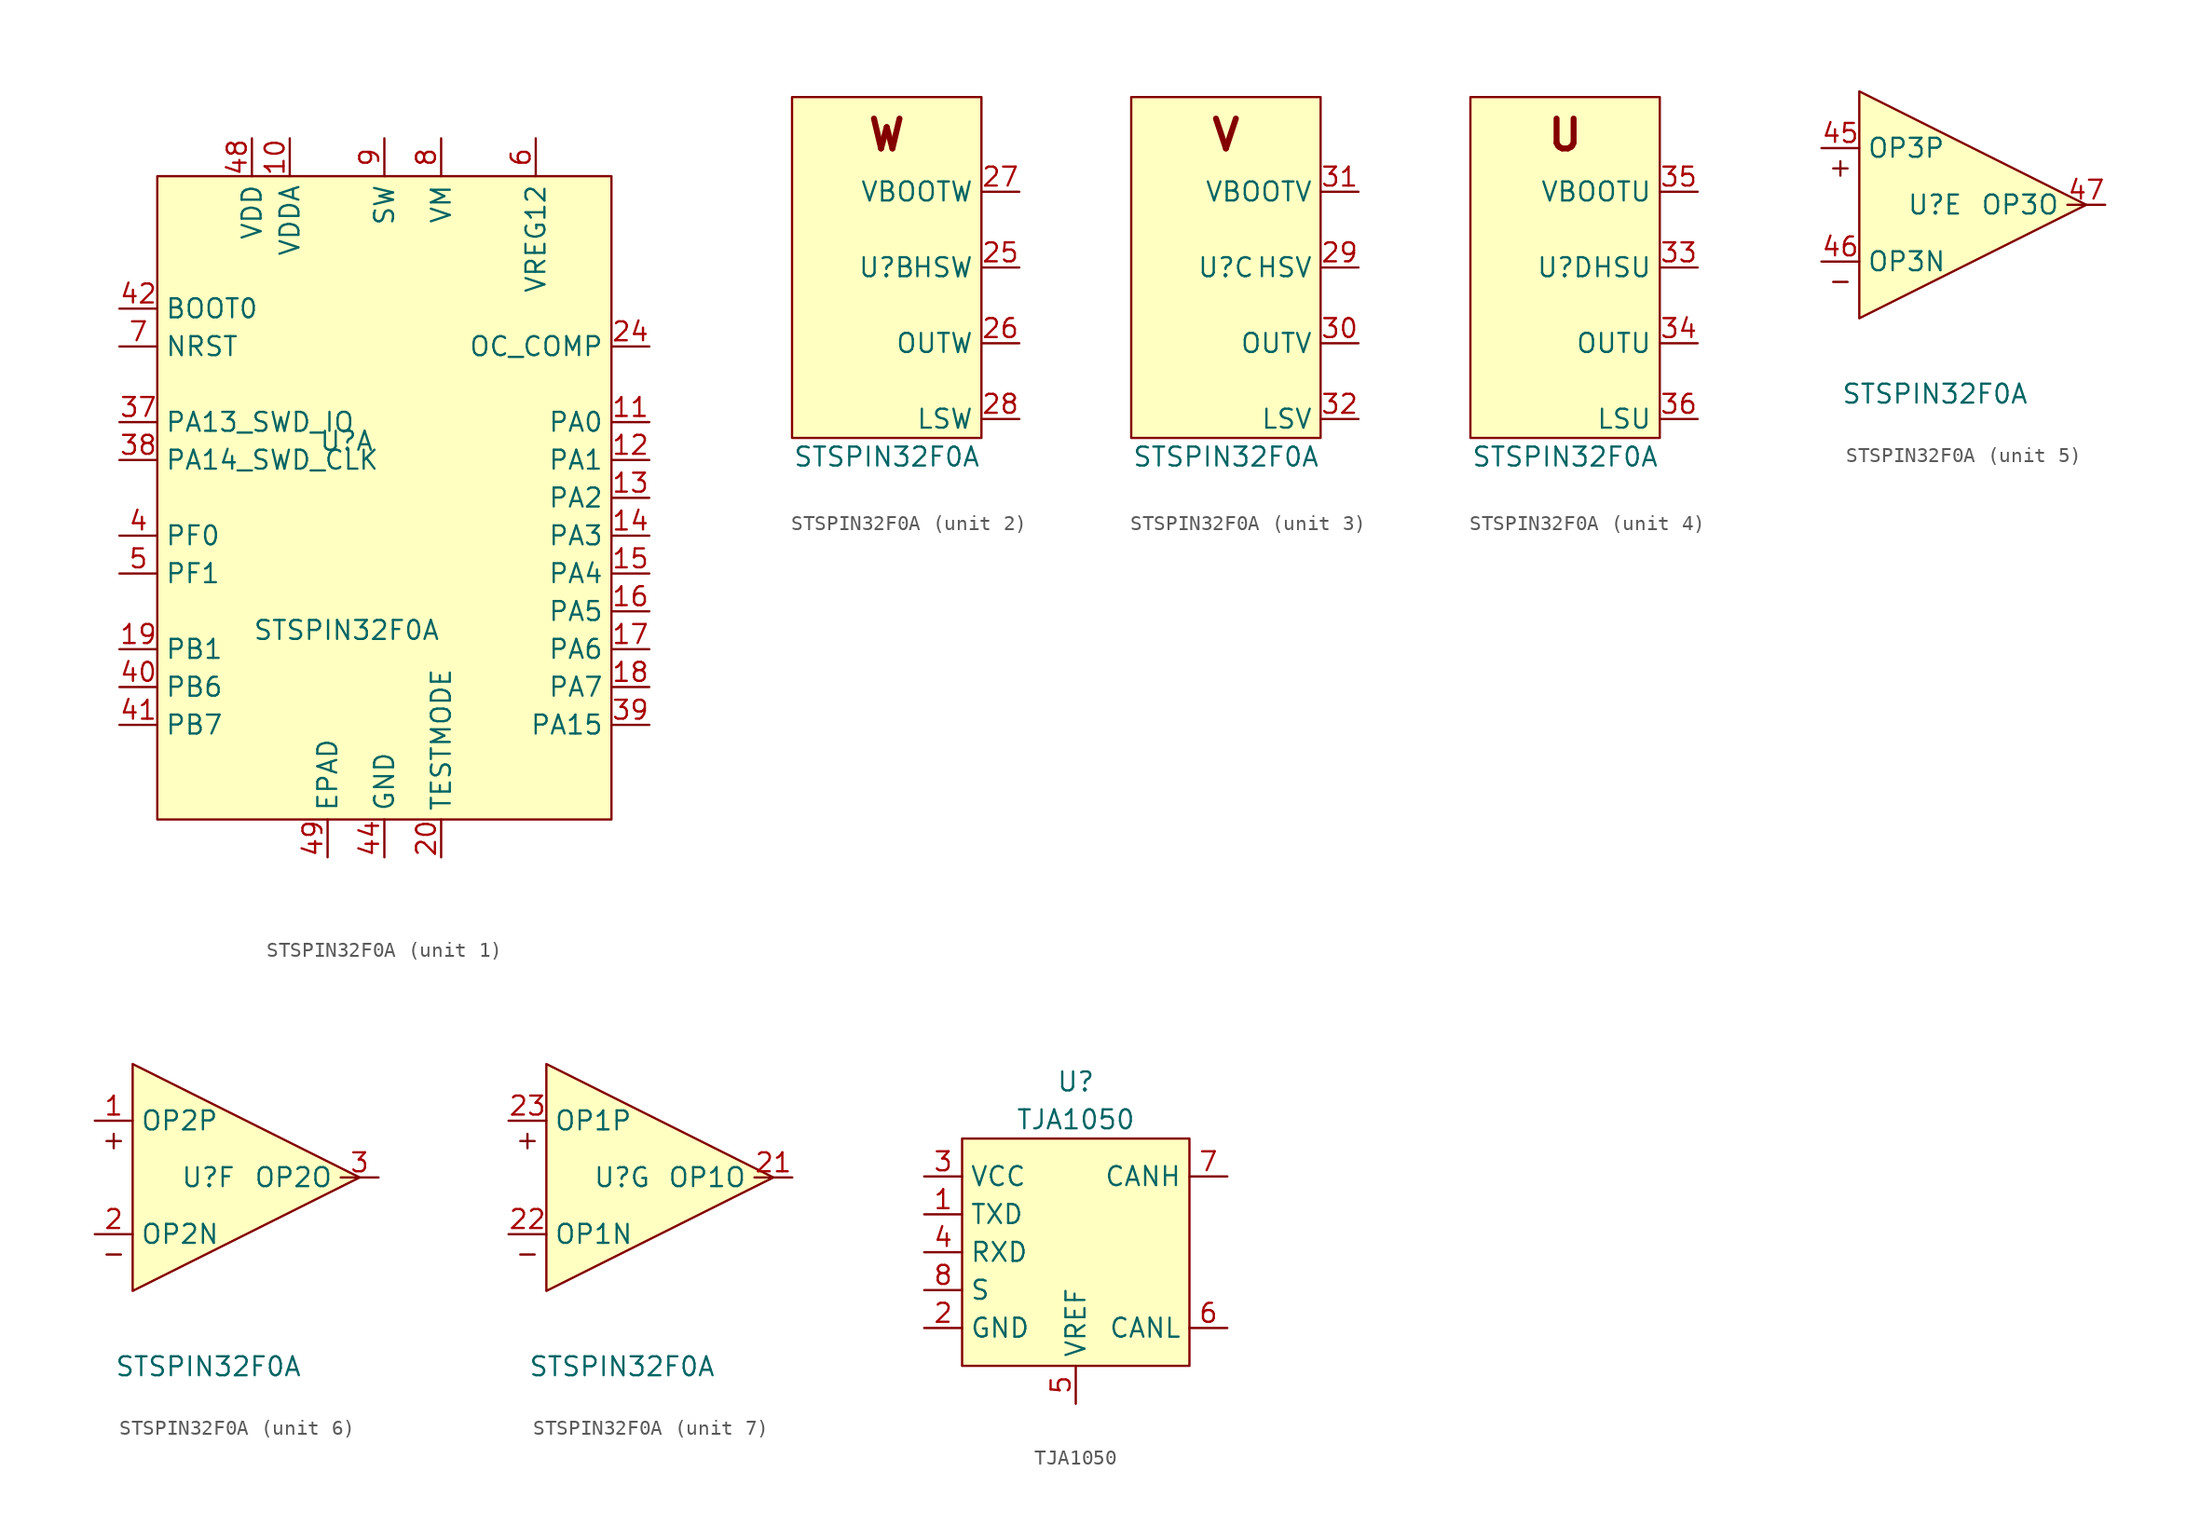
<source format=kicad_sym>
(kicad_symbol_lib
  (version 20220914)
  (generator kicad_symbol_editor)
  (symbol "STSPIN32F0A"
    (property "Reference" "U"
      (at 0 0 0)
      (effects (font (size 1.27 1.27))))
    (property "Value" "STSPIN32F0A"
      (at 0 -12.7 0)
      (effects (font (size 1.27 1.27))))
    (property "ki_locked" ""
      (at 0 0 0)
      (effects (font (size 1.27 1.27))))
    (symbol "STSPIN32F0A_1_0"
      (pin power_in line (at -3.81 20.32 270) (length 2.54) (name "VDDA" (effects (font (size 1.27 1.27)))) (number "10" (effects (font (size 1.27 1.27)))))
      (pin bidirectional line (at 20.32 1.27 180) (length 2.54) (name "PA0" (effects (font (size 1.27 1.27)))) (number "11" (effects (font (size 1.27 1.27)))))
      (pin bidirectional line (at 20.32 -1.27 180) (length 2.54) (name "PA1" (effects (font (size 1.27 1.27)))) (number "12" (effects (font (size 1.27 1.27)))))
      (pin bidirectional line (at 20.32 -3.81 180) (length 2.54) (name "PA2" (effects (font (size 1.27 1.27)))) (number "13" (effects (font (size 1.27 1.27)))))
      (pin bidirectional line (at 20.32 -6.35 180) (length 2.54) (name "PA3" (effects (font (size 1.27 1.27)))) (number "14" (effects (font (size 1.27 1.27)))))
      (pin bidirectional line (at 20.32 -8.89 180) (length 2.54) (name "PA4" (effects (font (size 1.27 1.27)))) (number "15" (effects (font (size 1.27 1.27)))))
      (pin bidirectional line (at 20.32 -11.43 180) (length 2.54) (name "PA5" (effects (font (size 1.27 1.27)))) (number "16" (effects (font (size 1.27 1.27)))))
      (pin bidirectional line (at 20.32 -13.97 180) (length 2.54) (name "PA6" (effects (font (size 1.27 1.27)))) (number "17" (effects (font (size 1.27 1.27)))))
      (pin bidirectional line (at 20.32 -16.51 180) (length 2.54) (name "PA7" (effects (font (size 1.27 1.27)))) (number "18" (effects (font (size 1.27 1.27)))))
      (pin bidirectional line (at -15.24 -13.97 0) (length 2.54) (name "PB1" (effects (font (size 1.27 1.27)))) (number "19" (effects (font (size 1.27 1.27)))))
      (pin input line (at 6.35 -27.94 90) (length 2.54) (name "TESTMODE" (effects (font (size 1.27 1.27)))) (number "20" (effects (font (size 1.27 1.27)))))
      (pin input line (at 20.32 6.35 180) (length 2.54) (name "OC_COMP" (effects (font (size 1.27 1.27)))) (number "24" (effects (font (size 1.27 1.27)))))
      (pin bidirectional line (at -15.24 1.27 0) (length 2.54) (name "PA13_SWD_IO" (effects (font (size 1.27 1.27)))) (number "37" (effects (font (size 1.27 1.27)))))
      (pin bidirectional line (at -15.24 -1.27 0) (length 2.54) (name "PA14_SWD_CLK" (effects (font (size 1.27 1.27)))) (number "38" (effects (font (size 1.27 1.27)))))
      (pin bidirectional line (at 20.32 -19.05 180) (length 2.54) (name "PA15" (effects (font (size 1.27 1.27)))) (number "39" (effects (font (size 1.27 1.27)))))
      (pin bidirectional line (at -15.24 -6.35 0) (length 2.54) (name "PF0" (effects (font (size 1.27 1.27)))) (number "4" (effects (font (size 1.27 1.27)))))
      (pin bidirectional line (at -15.24 -16.51 0) (length 2.54) (name "PB6" (effects (font (size 1.27 1.27)))) (number "40" (effects (font (size 1.27 1.27)))))
      (pin bidirectional line (at -15.24 -19.05 0) (length 2.54) (name "PB7" (effects (font (size 1.27 1.27)))) (number "41" (effects (font (size 1.27 1.27)))))
      (pin input line (at -15.24 8.89 0) (length 2.54) (name "BOOT0" (effects (font (size 1.27 1.27)))) (number "42" (effects (font (size 1.27 1.27)))))
      (pin no_connect line (at 10.16 -27.94 90) (length 2.54) hide (name "RESERVED" (effects (font (size 1.27 1.27)))) (number "43" (effects (font (size 1.27 1.27)))))
      (pin power_in line (at 2.54 -27.94 90) (length 2.54) (name "GND" (effects (font (size 1.27 1.27)))) (number "44" (effects (font (size 1.27 1.27)))))
      (pin power_in line (at -6.35 20.32 270) (length 2.54) (name "VDD" (effects (font (size 1.27 1.27)))) (number "48" (effects (font (size 1.27 1.27)))))
      (pin power_in line (at -1.27 -27.94 90) (length 2.54) (name "EPAD" (effects (font (size 1.27 1.27)))) (number "49" (effects (font (size 1.27 1.27)))))
      (pin bidirectional line (at -15.24 -8.89 0) (length 2.54) (name "PF1" (effects (font (size 1.27 1.27)))) (number "5" (effects (font (size 1.27 1.27)))))
      (pin power_out line (at 12.7 20.32 270) (length 2.54) (name "VREG12" (effects (font (size 1.27 1.27)))) (number "6" (effects (font (size 1.27 1.27)))))
      (pin input line (at -15.24 6.35 0) (length 2.54) (name "NRST" (effects (font (size 1.27 1.27)))) (number "7" (effects (font (size 1.27 1.27)))))
      (pin power_in line (at 6.35 20.32 270) (length 2.54) (name "VM" (effects (font (size 1.27 1.27)))) (number "8" (effects (font (size 1.27 1.27)))))
      (pin output line (at 2.54 20.32 270) (length 2.54) (name "SW" (effects (font (size 1.27 1.27)))) (number "9" (effects (font (size 1.27 1.27))))))
    (symbol "STSPIN32F0A_1_1"
      (rectangle (start -12.7 17.78) (end 17.78 -25.4) (stroke (width 0) (type default)) (fill (type background))))
    (symbol "STSPIN32F0A_2_0"
      (pin output line (at 8.89 0 180) (length 2.54) (name "HSW" (effects (font (size 1.27 1.27)))) (number "25" (effects (font (size 1.27 1.27)))))
      (pin output line (at 8.89 -5.08 180) (length 2.54) (name "OUTW" (effects (font (size 1.27 1.27)))) (number "26" (effects (font (size 1.27 1.27)))))
      (pin output line (at 8.89 5.08 180) (length 2.54) (name "VBOOTW" (effects (font (size 1.27 1.27)))) (number "27" (effects (font (size 1.27 1.27)))))
      (pin output line (at 8.89 -10.16 180) (length 2.54) (name "LSW" (effects (font (size 1.27 1.27)))) (number "28" (effects (font (size 1.27 1.27))))))
    (symbol "STSPIN32F0A_2_1"
      (rectangle (start -6.35 11.43) (end 6.35 -11.43) (stroke (width 0) (type default)) (fill (type background)))
      (text "W" (at 0 8.89 0) (effects (font (size 2 2) bold))))
    (symbol "STSPIN32F0A_3_0"
      (pin output line (at 8.89 0 180) (length 2.54) (name "HSV" (effects (font (size 1.27 1.27)))) (number "29" (effects (font (size 1.27 1.27)))))
      (pin output line (at 8.89 -5.08 180) (length 2.54) (name "OUTV" (effects (font (size 1.27 1.27)))) (number "30" (effects (font (size 1.27 1.27)))))
      (pin output line (at 8.89 5.08 180) (length 2.54) (name "VBOOTV" (effects (font (size 1.27 1.27)))) (number "31" (effects (font (size 1.27 1.27)))))
      (pin output line (at 8.89 -10.16 180) (length 2.54) (name "LSV" (effects (font (size 1.27 1.27)))) (number "32" (effects (font (size 1.27 1.27))))))
    (symbol "STSPIN32F0A_3_1"
      (rectangle (start -6.35 11.43) (end 6.35 -11.43) (stroke (width 0) (type default)) (fill (type background)))
      (text "V" (at 0 8.89 0) (effects (font (size 2 2) bold))))
    (symbol "STSPIN32F0A_4_0"
      (pin output line (at 8.89 0 180) (length 2.54) (name "HSU" (effects (font (size 1.27 1.27)))) (number "33" (effects (font (size 1.27 1.27)))))
      (pin output line (at 8.89 -5.08 180) (length 2.54) (name "OUTU" (effects (font (size 1.27 1.27)))) (number "34" (effects (font (size 1.27 1.27)))))
      (pin output line (at 8.89 5.08 180) (length 2.54) (name "VBOOTU" (effects (font (size 1.27 1.27)))) (number "35" (effects (font (size 1.27 1.27)))))
      (pin output line (at 8.89 -10.16 180) (length 2.54) (name "LSU" (effects (font (size 1.27 1.27)))) (number "36" (effects (font (size 1.27 1.27))))))
    (symbol "STSPIN32F0A_4_1"
      (rectangle (start -6.35 11.43) (end 6.35 -11.43) (stroke (width 0) (type default)) (fill (type background)))
      (text "U" (at 0 8.89 0) (effects (font (size 2 2) bold))))
    (symbol "STSPIN32F0A_5_0"
      (pin input line (at -7.62 3.81 0) (length 2.54) (name "OP3P" (effects (font (size 1.27 1.27)))) (number "45" (effects (font (size 1.27 1.27)))))
      (pin input line (at -7.62 -3.81 0) (length 2.54) (name "OP3N" (effects (font (size 1.27 1.27)))) (number "46" (effects (font (size 1.27 1.27)))))
      (pin output line (at 11.43 0 180) (length 2.54) (name "OP3O" (effects (font (size 1.27 1.27)))) (number "47" (effects (font (size 1.27 1.27))))))
    (symbol "STSPIN32F0A_5_1"
      (polyline (pts (xy 10.16 0) (xy -5.08 7.62) (xy -5.08 -7.62) (xy 10.16 0)) (stroke (width 0) (type default)) (fill (type background)))
      (text "+" (at -6.35 2.54 0) (effects (font (size 1.27 1.27))))
      (text "-" (at -6.35 -5.08 0) (effects (font (size 1.27 1.27)))))
    (symbol "STSPIN32F0A_6_0"
      (pin input line (at -7.62 3.81 0) (length 2.54) (name "OP2P" (effects (font (size 1.27 1.27)))) (number "1" (effects (font (size 1.27 1.27)))))
      (pin input line (at -7.62 -3.81 0) (length 2.54) (name "OP2N" (effects (font (size 1.27 1.27)))) (number "2" (effects (font (size 1.27 1.27)))))
      (pin output line (at 11.43 0 180) (length 2.54) (name "OP2O" (effects (font (size 1.27 1.27)))) (number "3" (effects (font (size 1.27 1.27))))))
    (symbol "STSPIN32F0A_6_1"
      (polyline (pts (xy 10.16 0) (xy -5.08 7.62) (xy -5.08 -7.62) (xy 10.16 0)) (stroke (width 0) (type default)) (fill (type background)))
      (text "+" (at -6.35 2.54 0) (effects (font (size 1.27 1.27))))
      (text "-" (at -6.35 -5.08 0) (effects (font (size 1.27 1.27)))))
    (symbol "STSPIN32F0A_7_0"
      (pin output line (at 11.43 0 180) (length 2.54) (name "OP1O" (effects (font (size 1.27 1.27)))) (number "21" (effects (font (size 1.27 1.27)))))
      (pin input line (at -7.62 -3.81 0) (length 2.54) (name "OP1N" (effects (font (size 1.27 1.27)))) (number "22" (effects (font (size 1.27 1.27)))))
      (pin input line (at -7.62 3.81 0) (length 2.54) (name "OP1P" (effects (font (size 1.27 1.27)))) (number "23" (effects (font (size 1.27 1.27))))))
    (symbol "STSPIN32F0A_7_1"
      (polyline (pts (xy 10.16 0) (xy -5.08 7.62) (xy -5.08 -7.62) (xy 10.16 0)) (stroke (width 0) (type default)) (fill (type background)))
      (text "+" (at -6.35 2.54 0) (effects (font (size 1.27 1.27))))
      (text "-" (at -6.35 -5.08 0) (effects (font (size 1.27 1.27))))))
  (symbol "TJA1050"
    (property "Reference" "U"
      (at 0 11.43 0)
      (effects (font (size 1.27 1.27))))
    (property "Value" "TJA1050"
      (at 0 8.89 0)
      (effects (font (size 1.27 1.27))))
    (symbol "TJA1050_0_0"
      (pin input line (at -10.16 2.54 0) (length 2.54) (name "TXD" (effects (font (size 1.27 1.27)))) (number "1" (effects (font (size 1.27 1.27)))))
      (pin power_in line (at -10.16 -5.08 0) (length 2.54) (name "GND" (effects (font (size 1.27 1.27)))) (number "2" (effects (font (size 1.27 1.27)))))
      (pin power_in line (at -10.16 5.08 0) (length 2.54) (name "VCC" (effects (font (size 1.27 1.27)))) (number "3" (effects (font (size 1.27 1.27)))))
      (pin output line (at -10.16 0 0) (length 2.54) (name "RXD" (effects (font (size 1.27 1.27)))) (number "4" (effects (font (size 1.27 1.27)))))
      (pin power_out line (at 0 -10.16 90) (length 2.54) (name "VREF" (effects (font (size 1.27 1.27)))) (number "5" (effects (font (size 1.27 1.27)))))
      (pin bidirectional line (at 10.16 -5.08 180) (length 2.54) (name "CANL" (effects (font (size 1.27 1.27)))) (number "6" (effects (font (size 1.27 1.27)))))
      (pin bidirectional line (at 10.16 5.08 180) (length 2.54) (name "CANH" (effects (font (size 1.27 1.27)))) (number "7" (effects (font (size 1.27 1.27)))))
      (pin input line (at -10.16 -2.54 0) (length 2.54) (name "S" (effects (font (size 1.27 1.27)))) (number "8" (effects (font (size 1.27 1.27))))))
    (symbol "TJA1050_0_1"
      (rectangle (start -7.62 7.62) (end 7.62 -7.62) (stroke (width 0) (type default)) (fill (type background))))))
</source>
